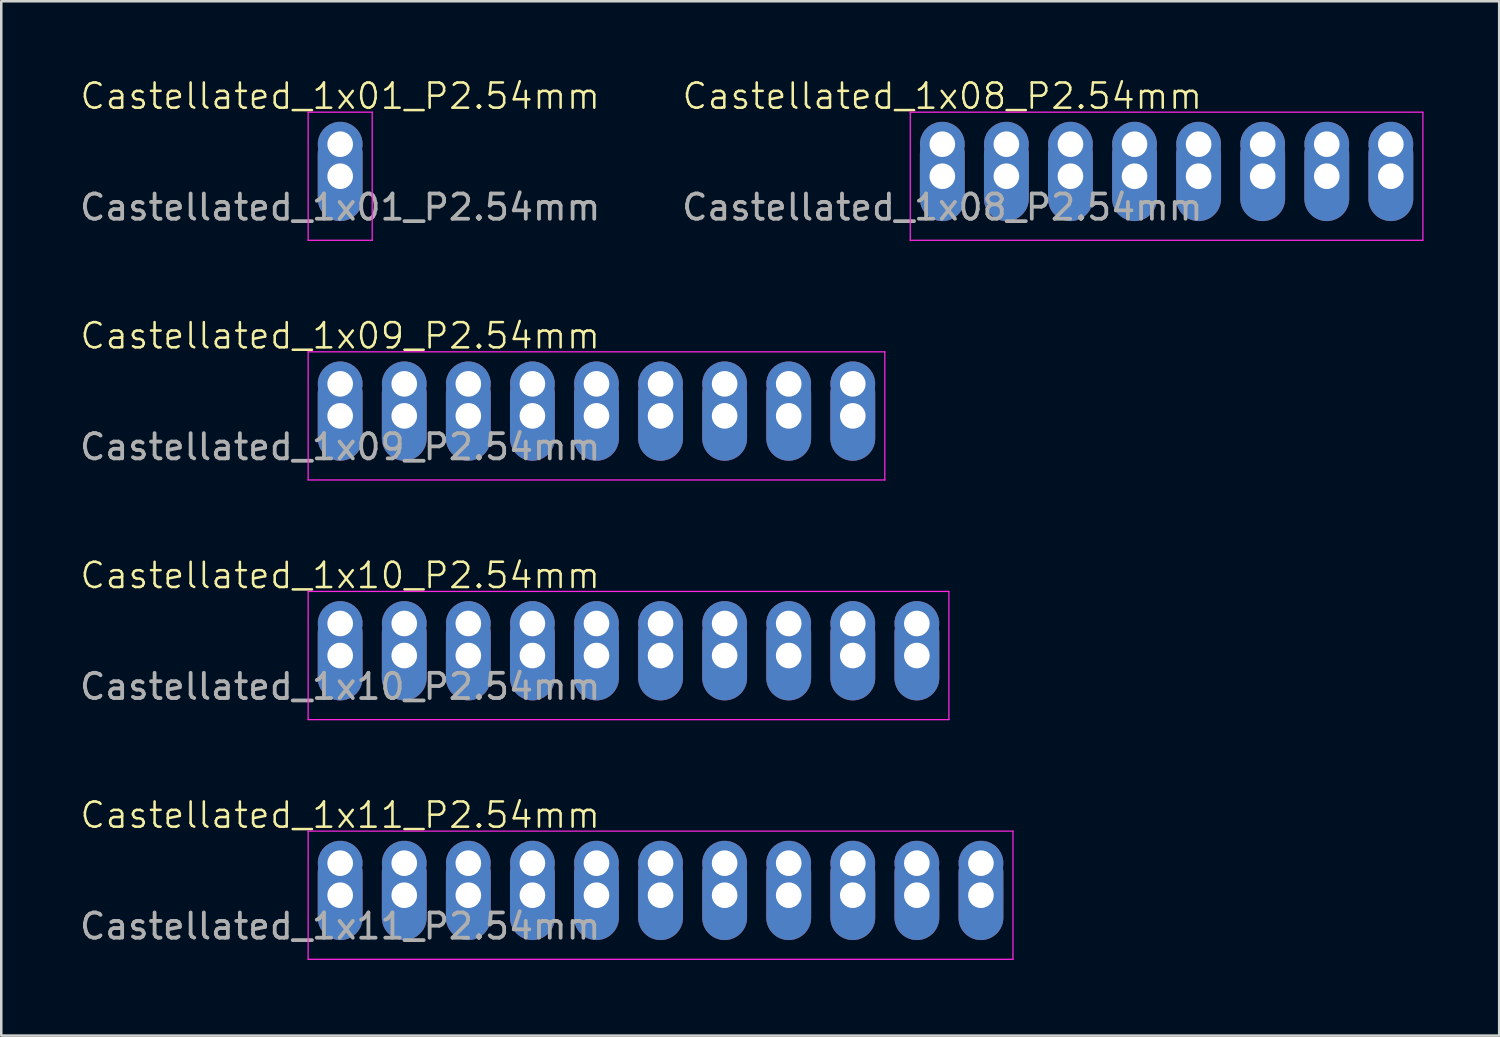
<source format=kicad_pcb>
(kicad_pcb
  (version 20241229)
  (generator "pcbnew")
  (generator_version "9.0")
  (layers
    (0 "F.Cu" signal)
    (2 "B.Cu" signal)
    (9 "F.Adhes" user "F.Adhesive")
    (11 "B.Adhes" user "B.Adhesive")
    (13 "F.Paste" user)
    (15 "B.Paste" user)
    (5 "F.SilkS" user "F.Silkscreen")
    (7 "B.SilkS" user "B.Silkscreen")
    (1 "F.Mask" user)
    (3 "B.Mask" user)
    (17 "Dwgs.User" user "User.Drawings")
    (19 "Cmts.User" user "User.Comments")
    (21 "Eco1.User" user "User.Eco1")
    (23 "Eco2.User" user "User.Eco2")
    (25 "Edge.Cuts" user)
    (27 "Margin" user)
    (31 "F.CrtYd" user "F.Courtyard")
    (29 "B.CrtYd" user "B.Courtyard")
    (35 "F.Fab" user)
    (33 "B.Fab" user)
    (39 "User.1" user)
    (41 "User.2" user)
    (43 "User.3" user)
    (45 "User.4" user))
  (footprint "Castellated_1x10_P2.54mm"
    (layer "F.Cu")
    (at 10.435 21.666)
    (property "Reference" "Castellated_1x10_P2.54mm" (at 0 -1.905 0) (unlocked yes) (layer "F.SilkS") (effects (font (size 1 1) (thickness 0.1))))
    (attr through_hole)
    (fp_line (start -1.27 -1.27) (end 24.13 -1.27) (stroke (width 0.05) (type solid)) (layer "F.CrtYd"))
    (fp_line (start -1.27 3.81) (end -1.27 -1.27) (stroke (width 0.05) (type solid)) (layer "F.CrtYd"))
    (fp_line (start 24.13 -1.27) (end 24.13 3.81) (stroke (width 0.05) (type solid)) (layer "F.CrtYd"))
    (fp_line (start 24.13 3.81) (end -1.27 3.81) (stroke (width 0.05) (type solid)) (layer "F.CrtYd"))
    (fp_text user "${REFERENCE}" (at 0 2.5 0) (unlocked yes) (layer "F.Fab") (effects (font (size 1 1) (thickness 0.15))))
    (pad "1" thru_hole custom (at 0 0 90) (size 1.778 1.778) (drill 1.016) (layers "*.Cu" "*.Mask") (options (anchor circle)) (primitives))
    (pad "1" thru_hole oval (at 0 1.27 90) (size 3.556 1.778) (drill 1.016) (layers "*.Cu" "*.Mask"))
    (pad "2" thru_hole custom (at 2.54 0 90) (size 1.778 1.778) (drill 1.016) (layers "*.Cu" "*.Mask") (options (anchor circle)) (primitives))
    (pad "2" thru_hole oval (at 2.54 1.27 90) (size 3.556 1.778) (drill 1.016) (layers "*.Cu" "*.Mask"))
    (pad "3" thru_hole custom (at 5.08 0 90) (size 1.778 1.778) (drill 1.016) (layers "*.Cu" "*.Mask") (options (anchor circle)) (primitives))
    (pad "3" thru_hole oval (at 5.08 1.27 90) (size 3.556 1.778) (drill 1.016) (layers "*.Cu" "*.Mask"))
    (pad "4" thru_hole custom (at 7.62 0 90) (size 1.778 1.778) (drill 1.016) (layers "*.Cu" "*.Mask") (options (anchor circle)) (primitives))
    (pad "4" thru_hole oval (at 7.62 1.27 90) (size 3.556 1.778) (drill 1.016) (layers "*.Cu" "*.Mask"))
    (pad "5" thru_hole custom (at 10.16 0 90) (size 1.778 1.778) (drill 1.016) (layers "*.Cu" "*.Mask") (options (anchor circle)) (primitives))
    (pad "5" thru_hole oval (at 10.16 1.27 90) (size 3.556 1.778) (drill 1.016) (layers "*.Cu" "*.Mask"))
    (pad "6" thru_hole custom (at 12.7 0 90) (size 1.778 1.778) (drill 1.016) (layers "*.Cu" "*.Mask") (options (anchor circle)) (primitives))
    (pad "6" thru_hole oval (at 12.7 1.27 90) (size 3.556 1.778) (drill 1.016) (layers "*.Cu" "*.Mask"))
    (pad "7" thru_hole custom (at 15.24 0 90) (size 1.778 1.778) (drill 1.016) (layers "*.Cu" "*.Mask") (options (anchor circle)) (primitives))
    (pad "7" thru_hole oval (at 15.24 1.27 90) (size 3.556 1.778) (drill 1.016) (layers "*.Cu" "*.Mask"))
    (pad "8" thru_hole custom (at 17.78 0 90) (size 1.778 1.778) (drill 1.016) (layers "*.Cu" "*.Mask") (options (anchor circle)) (primitives))
    (pad "8" thru_hole oval (at 17.78 1.27 90) (size 3.556 1.778) (drill 1.016) (layers "*.Cu" "*.Mask"))
    (pad "9" thru_hole custom (at 20.32 0 90) (size 1.778 1.778) (drill 1.016) (layers "*.Cu" "*.Mask") (options (anchor circle)) (primitives))
    (pad "9" thru_hole oval (at 20.32 1.27 90) (size 3.556 1.778) (drill 1.016) (layers "*.Cu" "*.Mask"))
    (pad "10" thru_hole custom (at 22.86 0 90) (size 1.778 1.778) (drill 1.016) (layers "*.Cu" "*.Mask") (options (anchor circle)) (primitives))
    (pad "10" thru_hole oval (at 22.86 1.27 90) (size 3.556 1.778) (drill 1.016) (layers "*.Cu" "*.Mask")))
  (footprint "Castellated_1x01_P2.54mm"
    (layer "F.Cu")
    (at 10.435 2.666)
    (property "Reference" "Castellated_1x01_P2.54mm" (at 0 -1.905 0) (unlocked yes) (layer "F.SilkS") (effects (font (size 1 1) (thickness 0.1))))
    (attr through_hole)
    (fp_line (start -1.27 -1.27) (end 1.27 -1.27) (stroke (width 0.05) (type solid)) (layer "F.CrtYd"))
    (fp_line (start -1.27 3.81) (end -1.27 -1.27) (stroke (width 0.05) (type solid)) (layer "F.CrtYd"))
    (fp_line (start 1.27 -1.27) (end 1.27 3.81) (stroke (width 0.05) (type solid)) (layer "F.CrtYd"))
    (fp_line (start 1.27 3.81) (end -1.27 3.81) (stroke (width 0.05) (type solid)) (layer "F.CrtYd"))
    (fp_text user "${REFERENCE}" (at 0 2.5 0) (unlocked yes) (layer "F.Fab") (effects (font (size 1 1) (thickness 0.15))))
    (pad "1" thru_hole custom (at 0 0 90) (size 1.778 1.778) (drill 1.016) (layers "*.Cu" "*.Mask") (options (anchor circle)) (primitives))
    (pad "1" thru_hole oval (at 0 1.27 90) (size 3.556 1.778) (drill 1.016) (layers "*.Cu" "*.Mask")))
  (footprint "Castellated_1x11_P2.54mm"
    (layer "F.Cu")
    (at 10.435 31.167)
    (property "Reference" "Castellated_1x11_P2.54mm" (at 0 -1.905 0) (unlocked yes) (layer "F.SilkS") (effects (font (size 1 1) (thickness 0.1))))
    (attr through_hole)
    (fp_line (start -1.27 -1.27) (end 26.67 -1.27) (stroke (width 0.05) (type solid)) (layer "F.CrtYd"))
    (fp_line (start -1.27 3.81) (end -1.27 -1.27) (stroke (width 0.05) (type solid)) (layer "F.CrtYd"))
    (fp_line (start 26.67 -1.27) (end 26.67 3.81) (stroke (width 0.05) (type solid)) (layer "F.CrtYd"))
    (fp_line (start 26.67 3.81) (end -1.27 3.81) (stroke (width 0.05) (type solid)) (layer "F.CrtYd"))
    (fp_text user "${REFERENCE}" (at 0 2.5 0) (unlocked yes) (layer "F.Fab") (effects (font (size 1 1) (thickness 0.15))))
    (pad "1" thru_hole custom (at 0 0 90) (size 1.778 1.778) (drill 1.016) (layers "*.Cu" "*.Mask") (options (anchor circle)) (primitives))
    (pad "1" thru_hole oval (at 0 1.27 90) (size 3.556 1.778) (drill 1.016) (layers "*.Cu" "*.Mask"))
    (pad "2" thru_hole custom (at 2.54 0 90) (size 1.778 1.778) (drill 1.016) (layers "*.Cu" "*.Mask") (options (anchor circle)) (primitives))
    (pad "2" thru_hole oval (at 2.54 1.27 90) (size 3.556 1.778) (drill 1.016) (layers "*.Cu" "*.Mask"))
    (pad "3" thru_hole custom (at 5.08 0 90) (size 1.778 1.778) (drill 1.016) (layers "*.Cu" "*.Mask") (options (anchor circle)) (primitives))
    (pad "3" thru_hole oval (at 5.08 1.27 90) (size 3.556 1.778) (drill 1.016) (layers "*.Cu" "*.Mask"))
    (pad "4" thru_hole custom (at 7.62 0 90) (size 1.778 1.778) (drill 1.016) (layers "*.Cu" "*.Mask") (options (anchor circle)) (primitives))
    (pad "4" thru_hole oval (at 7.62 1.27 90) (size 3.556 1.778) (drill 1.016) (layers "*.Cu" "*.Mask"))
    (pad "5" thru_hole custom (at 10.16 0 90) (size 1.778 1.778) (drill 1.016) (layers "*.Cu" "*.Mask") (options (anchor circle)) (primitives))
    (pad "5" thru_hole oval (at 10.16 1.27 90) (size 3.556 1.778) (drill 1.016) (layers "*.Cu" "*.Mask"))
    (pad "6" thru_hole custom (at 12.7 0 90) (size 1.778 1.778) (drill 1.016) (layers "*.Cu" "*.Mask") (options (anchor circle)) (primitives))
    (pad "6" thru_hole oval (at 12.7 1.27 90) (size 3.556 1.778) (drill 1.016) (layers "*.Cu" "*.Mask"))
    (pad "7" thru_hole custom (at 15.24 0 90) (size 1.778 1.778) (drill 1.016) (layers "*.Cu" "*.Mask") (options (anchor circle)) (primitives))
    (pad "7" thru_hole oval (at 15.24 1.27 90) (size 3.556 1.778) (drill 1.016) (layers "*.Cu" "*.Mask"))
    (pad "8" thru_hole custom (at 17.78 0 90) (size 1.778 1.778) (drill 1.016) (layers "*.Cu" "*.Mask") (options (anchor circle)) (primitives))
    (pad "8" thru_hole oval (at 17.78 1.27 90) (size 3.556 1.778) (drill 1.016) (layers "*.Cu" "*.Mask"))
    (pad "9" thru_hole custom (at 20.32 0 90) (size 1.778 1.778) (drill 1.016) (layers "*.Cu" "*.Mask") (options (anchor circle)) (primitives))
    (pad "9" thru_hole oval (at 20.32 1.27 90) (size 3.556 1.778) (drill 1.016) (layers "*.Cu" "*.Mask"))
    (pad "10" thru_hole custom (at 22.86 0 90) (size 1.778 1.778) (drill 1.016) (layers "*.Cu" "*.Mask") (options (anchor circle)) (primitives))
    (pad "10" thru_hole oval (at 22.86 1.27 90) (size 3.556 1.778) (drill 1.016) (layers "*.Cu" "*.Mask"))
    (pad "11" thru_hole custom (at 25.4 0 90) (size 1.778 1.778) (drill 1.016) (layers "*.Cu" "*.Mask") (options (anchor circle)) (primitives))
    (pad "11" thru_hole oval (at 25.4 1.27 90) (size 3.556 1.778) (drill 1.016) (layers "*.Cu" "*.Mask")))
  (footprint "Castellated_1x09_P2.54mm"
    (layer "F.Cu")
    (at 10.435 12.166)
    (property "Reference" "Castellated_1x09_P2.54mm" (at 0 -1.905 0) (unlocked yes) (layer "F.SilkS") (effects (font (size 1 1) (thickness 0.1))))
    (attr through_hole)
    (fp_line (start -1.27 -1.27) (end 21.59 -1.27) (stroke (width 0.05) (type solid)) (layer "F.CrtYd"))
    (fp_line (start -1.27 3.81) (end -1.27 -1.27) (stroke (width 0.05) (type solid)) (layer "F.CrtYd"))
    (fp_line (start 21.59 -1.27) (end 21.59 3.81) (stroke (width 0.05) (type solid)) (layer "F.CrtYd"))
    (fp_line (start 21.59 3.81) (end -1.27 3.81) (stroke (width 0.05) (type solid)) (layer "F.CrtYd"))
    (fp_text user "${REFERENCE}" (at 0 2.5 0) (unlocked yes) (layer "F.Fab") (effects (font (size 1 1) (thickness 0.15))))
    (pad "1" thru_hole custom (at 0 0 90) (size 1.778 1.778) (drill 1.016) (layers "*.Cu" "*.Mask") (options (anchor circle)) (primitives))
    (pad "1" thru_hole oval (at 0 1.27 90) (size 3.556 1.778) (drill 1.016) (layers "*.Cu" "*.Mask"))
    (pad "2" thru_hole custom (at 2.54 0 90) (size 1.778 1.778) (drill 1.016) (layers "*.Cu" "*.Mask") (options (anchor circle)) (primitives))
    (pad "2" thru_hole oval (at 2.54 1.27 90) (size 3.556 1.778) (drill 1.016) (layers "*.Cu" "*.Mask"))
    (pad "3" thru_hole custom (at 5.08 0 90) (size 1.778 1.778) (drill 1.016) (layers "*.Cu" "*.Mask") (options (anchor circle)) (primitives))
    (pad "3" thru_hole oval (at 5.08 1.27 90) (size 3.556 1.778) (drill 1.016) (layers "*.Cu" "*.Mask"))
    (pad "4" thru_hole custom (at 7.62 0 90) (size 1.778 1.778) (drill 1.016) (layers "*.Cu" "*.Mask") (options (anchor circle)) (primitives))
    (pad "4" thru_hole oval (at 7.62 1.27 90) (size 3.556 1.778) (drill 1.016) (layers "*.Cu" "*.Mask"))
    (pad "5" thru_hole custom (at 10.16 0 90) (size 1.778 1.778) (drill 1.016) (layers "*.Cu" "*.Mask") (options (anchor circle)) (primitives))
    (pad "5" thru_hole oval (at 10.16 1.27 90) (size 3.556 1.778) (drill 1.016) (layers "*.Cu" "*.Mask"))
    (pad "6" thru_hole custom (at 12.7 0 90) (size 1.778 1.778) (drill 1.016) (layers "*.Cu" "*.Mask") (options (anchor circle)) (primitives))
    (pad "6" thru_hole oval (at 12.7 1.27 90) (size 3.556 1.778) (drill 1.016) (layers "*.Cu" "*.Mask"))
    (pad "7" thru_hole custom (at 15.24 0 90) (size 1.778 1.778) (drill 1.016) (layers "*.Cu" "*.Mask") (options (anchor circle)) (primitives))
    (pad "7" thru_hole oval (at 15.24 1.27 90) (size 3.556 1.778) (drill 1.016) (layers "*.Cu" "*.Mask"))
    (pad "8" thru_hole custom (at 17.78 0 90) (size 1.778 1.778) (drill 1.016) (layers "*.Cu" "*.Mask") (options (anchor circle)) (primitives))
    (pad "8" thru_hole oval (at 17.78 1.27 90) (size 3.556 1.778) (drill 1.016) (layers "*.Cu" "*.Mask"))
    (pad "9" thru_hole custom (at 20.32 0 90) (size 1.778 1.778) (drill 1.016) (layers "*.Cu" "*.Mask") (options (anchor circle)) (primitives))
    (pad "9" thru_hole oval (at 20.32 1.27 90) (size 3.556 1.778) (drill 1.016) (layers "*.Cu" "*.Mask")))
  (footprint "Castellated_1x08_P2.54mm"
    (layer "F.Cu")
    (at 34.304 2.666)
    (property "Reference" "Castellated_1x08_P2.54mm" (at 0 -1.905 0) (unlocked yes) (layer "F.SilkS") (effects (font (size 1 1) (thickness 0.1))))
    (attr through_hole)
    (fp_line (start -1.27 -1.27) (end 19.05 -1.27) (stroke (width 0.05) (type solid)) (layer "F.CrtYd"))
    (fp_line (start -1.27 3.81) (end -1.27 -1.27) (stroke (width 0.05) (type solid)) (layer "F.CrtYd"))
    (fp_line (start 19.05 -1.27) (end 19.05 3.81) (stroke (width 0.05) (type solid)) (layer "F.CrtYd"))
    (fp_line (start 19.05 3.81) (end -1.27 3.81) (stroke (width 0.05) (type solid)) (layer "F.CrtYd"))
    (fp_text user "${REFERENCE}" (at 0 2.5 0) (unlocked yes) (layer "F.Fab") (effects (font (size 1 1) (thickness 0.15))))
    (pad "1" thru_hole custom (at 0 0 90) (size 1.778 1.778) (drill 1.016) (layers "*.Cu" "*.Mask") (options (anchor circle)) (primitives))
    (pad "1" thru_hole oval (at 0 1.27 90) (size 3.556 1.778) (drill 1.016) (layers "*.Cu" "*.Mask"))
    (pad "2" thru_hole custom (at 2.54 0 90) (size 1.778 1.778) (drill 1.016) (layers "*.Cu" "*.Mask") (options (anchor circle)) (primitives))
    (pad "2" thru_hole oval (at 2.54 1.27 90) (size 3.556 1.778) (drill 1.016) (layers "*.Cu" "*.Mask"))
    (pad "3" thru_hole custom (at 5.08 0 90) (size 1.778 1.778) (drill 1.016) (layers "*.Cu" "*.Mask") (options (anchor circle)) (primitives))
    (pad "3" thru_hole oval (at 5.08 1.27 90) (size 3.556 1.778) (drill 1.016) (layers "*.Cu" "*.Mask"))
    (pad "4" thru_hole custom (at 7.62 0 90) (size 1.778 1.778) (drill 1.016) (layers "*.Cu" "*.Mask") (options (anchor circle)) (primitives))
    (pad "4" thru_hole oval (at 7.62 1.27 90) (size 3.556 1.778) (drill 1.016) (layers "*.Cu" "*.Mask"))
    (pad "5" thru_hole custom (at 10.16 0 90) (size 1.778 1.778) (drill 1.016) (layers "*.Cu" "*.Mask") (options (anchor circle)) (primitives))
    (pad "5" thru_hole oval (at 10.16 1.27 90) (size 3.556 1.778) (drill 1.016) (layers "*.Cu" "*.Mask"))
    (pad "6" thru_hole custom (at 12.7 0 90) (size 1.778 1.778) (drill 1.016) (layers "*.Cu" "*.Mask") (options (anchor circle)) (primitives))
    (pad "6" thru_hole oval (at 12.7 1.27 90) (size 3.556 1.778) (drill 1.016) (layers "*.Cu" "*.Mask"))
    (pad "7" thru_hole custom (at 15.24 0 90) (size 1.778 1.778) (drill 1.016) (layers "*.Cu" "*.Mask") (options (anchor circle)) (primitives))
    (pad "7" thru_hole oval (at 15.24 1.27 90) (size 3.556 1.778) (drill 1.016) (layers "*.Cu" "*.Mask"))
    (pad "8" thru_hole custom (at 17.78 0 90) (size 1.778 1.778) (drill 1.016) (layers "*.Cu" "*.Mask") (options (anchor circle)) (primitives))
    (pad "8" thru_hole oval (at 17.78 1.27 90) (size 3.556 1.778) (drill 1.016) (layers "*.Cu" "*.Mask")))
  (gr_rect
    (start -3 -3)
    (end 56.379 38.002)
    (stroke (width 0.1) (type default))
    (fill no)
    (layer "Edge.Cuts")))
</source>
